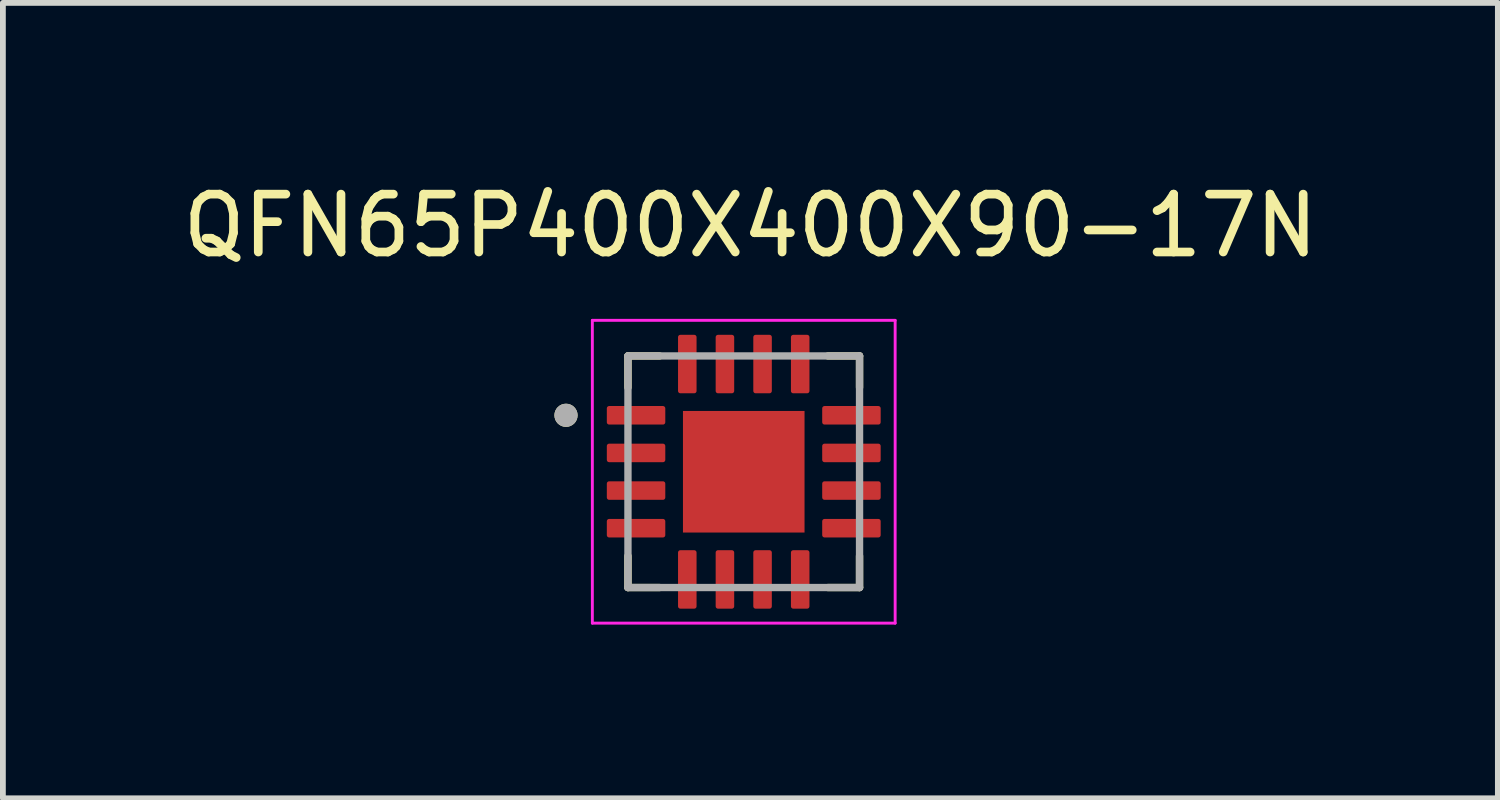
<source format=kicad_pcb>
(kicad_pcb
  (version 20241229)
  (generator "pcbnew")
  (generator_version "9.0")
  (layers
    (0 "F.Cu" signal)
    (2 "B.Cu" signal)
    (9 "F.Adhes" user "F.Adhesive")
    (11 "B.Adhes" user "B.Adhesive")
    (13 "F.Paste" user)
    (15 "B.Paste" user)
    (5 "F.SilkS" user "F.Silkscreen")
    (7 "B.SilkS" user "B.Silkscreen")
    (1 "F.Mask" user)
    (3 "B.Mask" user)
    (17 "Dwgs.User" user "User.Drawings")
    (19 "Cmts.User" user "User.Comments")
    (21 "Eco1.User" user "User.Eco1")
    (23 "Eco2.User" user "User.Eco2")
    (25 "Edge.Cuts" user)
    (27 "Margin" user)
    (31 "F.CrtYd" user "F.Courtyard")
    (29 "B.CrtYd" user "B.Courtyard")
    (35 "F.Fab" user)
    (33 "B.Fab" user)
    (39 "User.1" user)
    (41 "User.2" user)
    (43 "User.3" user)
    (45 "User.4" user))
  (footprint "QFN65P400X400X90-17N"
    (layer "F.Cu")
    (at 9.796 5.098)
    (property "Reference" "QFN65P400X400X90-17N" (at 0.115 -4.25 0) (layer "F.SilkS") (effects (font (size 1 1) (thickness 0.15))))
    (attr smd)
    (fp_line (start -2 -2) (end -2 -1.455) (stroke (width 0.127) (type solid)) (layer "F.SilkS"))
    (fp_line (start -2 -2) (end -1.455 -2) (stroke (width 0.127) (type solid)) (layer "F.SilkS"))
    (fp_line (start -2 2) (end -2 1.455) (stroke (width 0.127) (type solid)) (layer "F.SilkS"))
    (fp_line (start -2 2) (end -1.455 2) (stroke (width 0.127) (type solid)) (layer "F.SilkS"))
    (fp_line (start 2 -2) (end 1.455 -2) (stroke (width 0.127) (type solid)) (layer "F.SilkS"))
    (fp_line (start 2 -2) (end 2 -1.455) (stroke (width 0.127) (type solid)) (layer "F.SilkS"))
    (fp_line (start 2 2) (end 1.455 2) (stroke (width 0.127) (type solid)) (layer "F.SilkS"))
    (fp_line (start 2 2) (end 2 1.455) (stroke (width 0.127) (type solid)) (layer "F.SilkS"))
    (fp_circle (center -3.07 -0.975) (end -2.97 -0.975) (stroke (width 0.2) (type solid)) (fill no) (layer "F.SilkS"))
    (fp_poly (pts (xy -0.66 -0.66) (xy 0.66 -0.66) (xy 0.66 0.66) (xy -0.66 0.66)) (stroke (width 0.01) (type solid)) (fill yes) (layer "F.Paste"))
    (fp_line (start -2.615 -2.615) (end 2.615 -2.615) (stroke (width 0.05) (type solid)) (layer "F.CrtYd"))
    (fp_line (start -2.615 2.615) (end -2.615 -2.615) (stroke (width 0.05) (type solid)) (layer "F.CrtYd"))
    (fp_line (start -2.615 2.615) (end 2.615 2.615) (stroke (width 0.05) (type solid)) (layer "F.CrtYd"))
    (fp_line (start 2.615 2.615) (end 2.615 -2.615) (stroke (width 0.05) (type solid)) (layer "F.CrtYd"))
    (fp_line (start -2 2) (end -2 -2) (stroke (width 0.127) (type solid)) (layer "F.Fab"))
    (fp_line (start 2 -2) (end -2 -2) (stroke (width 0.127) (type solid)) (layer "F.Fab"))
    (fp_line (start 2 2) (end -2 2) (stroke (width 0.127) (type solid)) (layer "F.Fab"))
    (fp_line (start 2 2) (end 2 -2) (stroke (width 0.127) (type solid)) (layer "F.Fab"))
    (fp_circle (center -3.07 -0.975) (end -2.97 -0.975) (stroke (width 0.2) (type solid)) (fill no) (layer "F.Fab"))
    (pad "1" smd roundrect (at -1.86 -0.975) (size 1.01 0.32) (layers "F.Cu" "F.Mask" "F.Paste") (roundrect_rratio 0.125))
    (pad "2" smd roundrect (at -1.86 -0.325) (size 1.01 0.32) (layers "F.Cu" "F.Mask" "F.Paste") (roundrect_rratio 0.125))
    (pad "3" smd roundrect (at -1.86 0.325) (size 1.01 0.32) (layers "F.Cu" "F.Mask" "F.Paste") (roundrect_rratio 0.125))
    (pad "4" smd roundrect (at -1.86 0.975) (size 1.01 0.32) (layers "F.Cu" "F.Mask" "F.Paste") (roundrect_rratio 0.125))
    (pad "5" smd roundrect (at -0.975 1.86) (size 0.32 1.01) (layers "F.Cu" "F.Mask" "F.Paste") (roundrect_rratio 0.125))
    (pad "6" smd roundrect (at -0.325 1.86) (size 0.32 1.01) (layers "F.Cu" "F.Mask" "F.Paste") (roundrect_rratio 0.125))
    (pad "7" smd roundrect (at 0.325 1.86) (size 0.32 1.01) (layers "F.Cu" "F.Mask" "F.Paste") (roundrect_rratio 0.125))
    (pad "8" smd roundrect (at 0.975 1.86) (size 0.32 1.01) (layers "F.Cu" "F.Mask" "F.Paste") (roundrect_rratio 0.125))
    (pad "9" smd roundrect (at 1.86 0.975) (size 1.01 0.32) (layers "F.Cu" "F.Mask" "F.Paste") (roundrect_rratio 0.125))
    (pad "10" smd roundrect (at 1.86 0.325) (size 1.01 0.32) (layers "F.Cu" "F.Mask" "F.Paste") (roundrect_rratio 0.125))
    (pad "11" smd roundrect (at 1.86 -0.325) (size 1.01 0.32) (layers "F.Cu" "F.Mask" "F.Paste") (roundrect_rratio 0.125))
    (pad "12" smd roundrect (at 1.86 -0.975) (size 1.01 0.32) (layers "F.Cu" "F.Mask" "F.Paste") (roundrect_rratio 0.125))
    (pad "13" smd roundrect (at 0.975 -1.86) (size 0.32 1.01) (layers "F.Cu" "F.Mask" "F.Paste") (roundrect_rratio 0.125))
    (pad "14" smd roundrect (at 0.325 -1.86) (size 0.32 1.01) (layers "F.Cu" "F.Mask" "F.Paste") (roundrect_rratio 0.125))
    (pad "15" smd roundrect (at -0.325 -1.86) (size 0.32 1.01) (layers "F.Cu" "F.Mask" "F.Paste") (roundrect_rratio 0.125))
    (pad "16" smd roundrect (at -0.975 -1.86) (size 0.32 1.01) (layers "F.Cu" "F.Mask" "F.Paste") (roundrect_rratio 0.125))
    (pad "17" smd rect (at 0 0) (size 2.1 2.1) (layers "F.Cu" "F.Mask")))
  (gr_rect
    (start -3 -3)
    (end 22.821 10.738)
    (stroke (width 0.1) (type default))
    (fill no)
    (layer "Edge.Cuts")))
</source>
